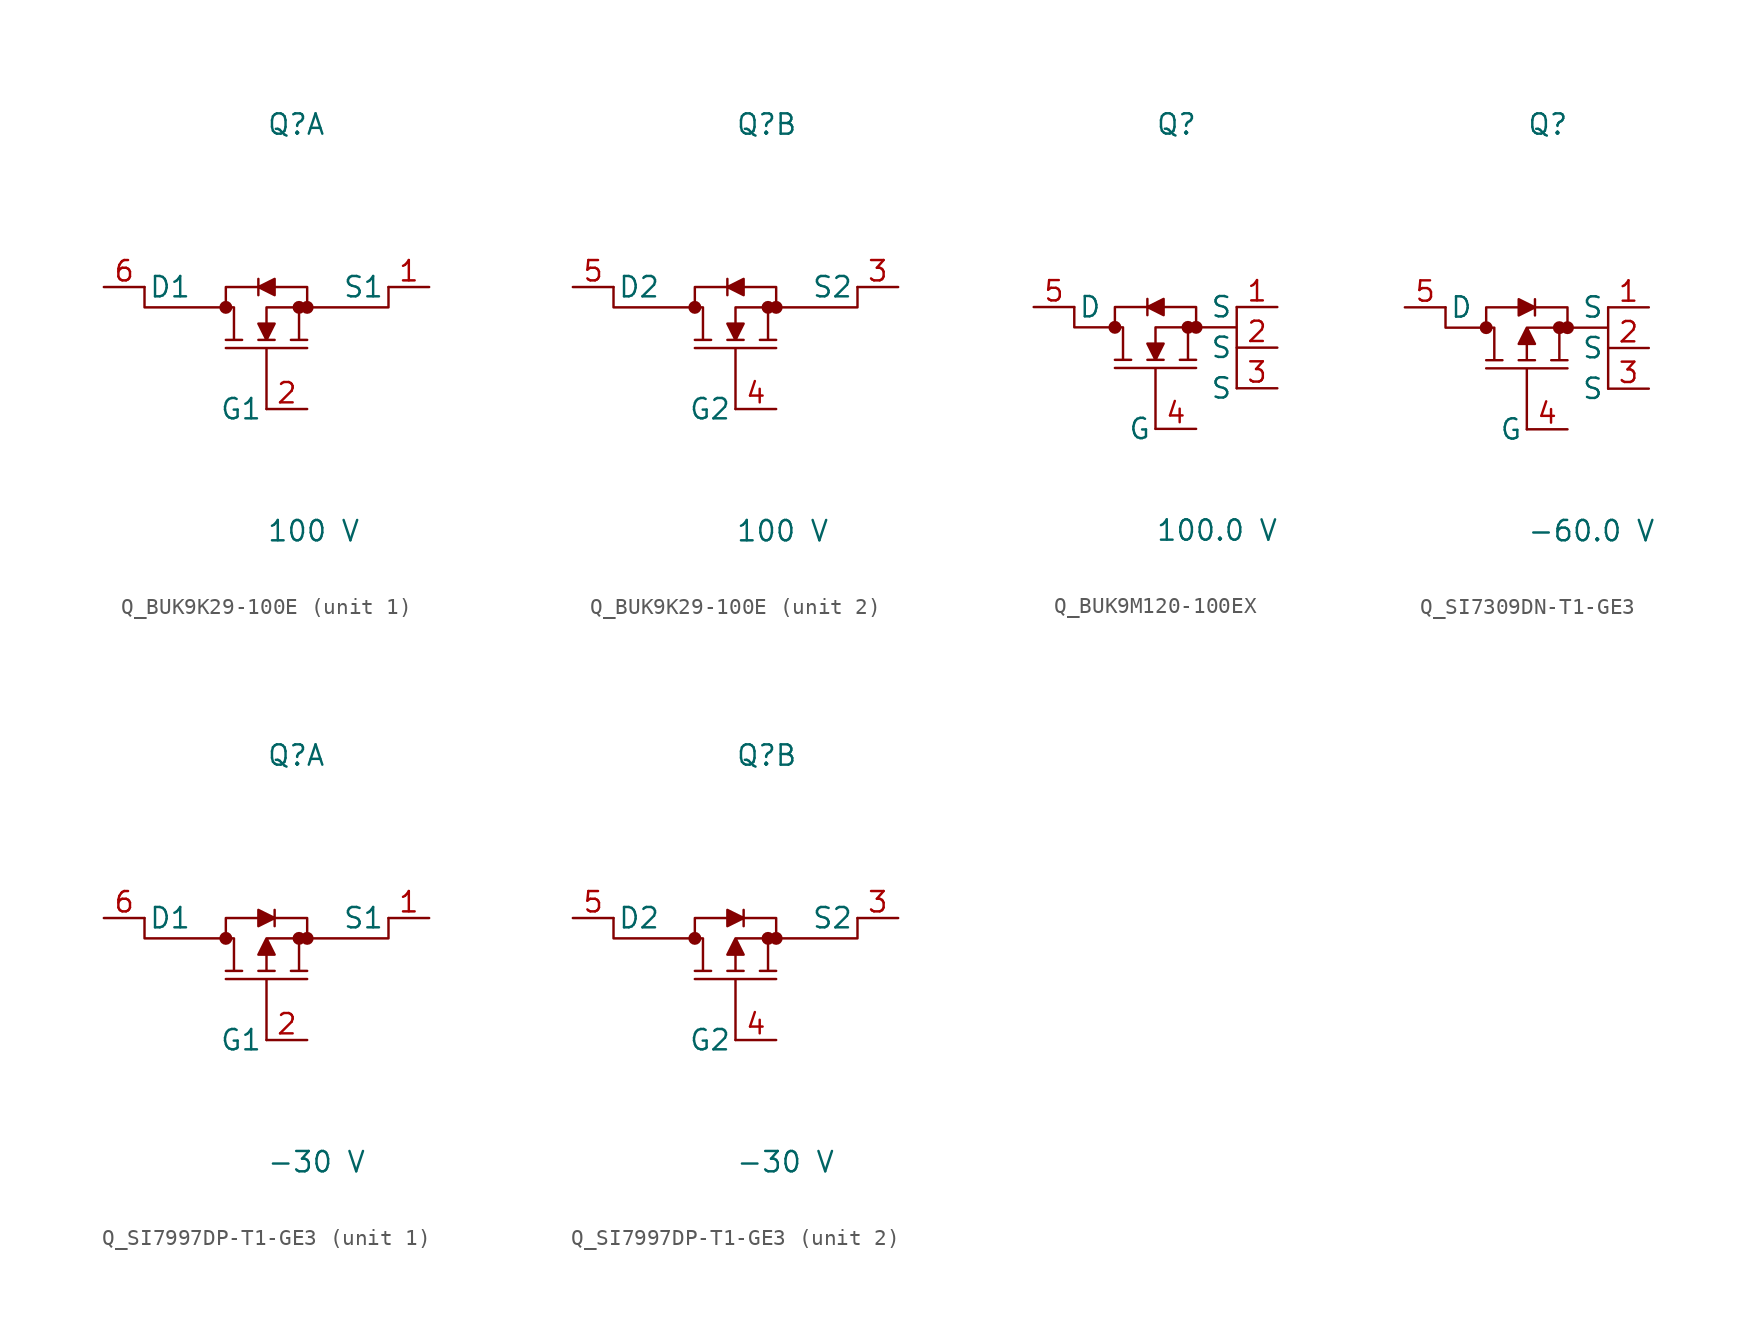
<source format=kicad_sym>
(kicad_symbol_lib
  (version 20231120)
  (generator kicad_symbol_editor)
  (generator_version 8.0)
  (symbol "Q_BUK9K29-100E"
    (pin_names
      (offset 0.254))
    (property "Reference" "Q"
      (at 0.0 12.7 0)
      (effects (font (size 1.27 1.27)) (justify left)))
    (property "Value" "100 V"
      (at 0.0 -12.7 0)
      (effects (font (size 1.27 1.27)) (justify left)))
    (symbol "Q_BUK9K29-100E_1_0"
      (circle (center -2.54 1.27) (radius 0.025) (stroke (width 0.381) (type default)) (fill (type none)))
      (polyline (pts (xy 0 -5.08) (xy 0 -1.27) (xy -2.54 -1.27) (xy 2.54 -1.27) (xy 0 -1.27) (xy 0 -5.08)) (stroke (width 0) (type default)) (fill (type none)))
      (polyline (pts (xy 7.62 2.54) (xy 7.62 1.27) (xy 2.54 1.27) (xy 2.54 2.54) (xy 0.508 2.54) (xy 0.508 3.048) (xy -0.508 2.54) (xy -0.508 3.048) (xy -0.508 2.54) (xy -2.54 2.54) (xy -2.54 1.27) (xy -7.62 1.27) (xy -7.62 2.54) (xy -7.62 1.27) (xy -2.032 1.27) (xy -2.032 -0.762) (xy -2.54 -0.762) (xy -1.524 -0.762) (xy -2.032 -0.762) (xy -2.032 1.27) (xy -2.54 1.27) (xy -2.54 2.54) (xy -0.508 2.54) (xy -0.508 2.032) (xy -0.508 2.54) (xy 0.508 2.032) (xy 0.508 2.54) (xy 2.54 2.54) (xy 2.54 1.27) (xy 0 1.27) (xy 0 0.254) (xy -0.508 0.254) (xy 0 -0.762) (xy -0.508 -0.762) (xy 0.508 -0.762) (xy 0 -0.762) (xy 0.508 0.254) (xy 0 0.254) (xy 0 1.27) (xy 2.032 1.27) (xy 2.032 -0.762) (xy 1.524 -0.762) (xy 2.54 -0.762) (xy 2.032 -0.762) (xy 2.032 1.27) (xy 7.62 1.27) (xy 7.62 2.54)) (stroke (width 0) (type default)) (fill (type outline)))
      (circle (center 2.032 1.27) (radius 0.025) (stroke (width 0.381) (type default)) (fill (type none)))
      (circle (center 2.54 1.27) (radius 0.025) (stroke (width 0.381) (type default)) (fill (type none)))
      (pin unspecified line (at 10.16 2.54 180) (length 2.54) (name "S1" (effects (font (size 1.27 1.27)))) (number "1" (effects (font (size 1.27 1.27)))))
      (pin unspecified line (at 2.54 -5.08 180) (length 2.54) (name "G1" (effects (font (size 1.27 1.27)))) (number "2" (effects (font (size 1.27 1.27)))))
      (pin unspecified line (at -10.16 2.54 0) (length 2.54) (name "D1" (effects (font (size 1.27 1.27)))) (number "6" (effects (font (size 1.27 1.27))))))
    (symbol "Q_BUK9K29-100E_2_0"
      (circle (center -2.54 1.27) (radius 0.025) (stroke (width 0.381) (type default)) (fill (type none)))
      (polyline (pts (xy 0 -5.08) (xy 0 -1.27) (xy -2.54 -1.27) (xy 2.54 -1.27) (xy 0 -1.27) (xy 0 -5.08)) (stroke (width 0) (type default)) (fill (type none)))
      (polyline (pts (xy 7.62 2.54) (xy 7.62 1.27) (xy 2.54 1.27) (xy 2.54 2.54) (xy 0.508 2.54) (xy 0.508 3.048) (xy -0.508 2.54) (xy -0.508 3.048) (xy -0.508 2.54) (xy -2.54 2.54) (xy -2.54 1.27) (xy -7.62 1.27) (xy -7.62 2.54) (xy -7.62 1.27) (xy -2.032 1.27) (xy -2.032 -0.762) (xy -2.54 -0.762) (xy -1.524 -0.762) (xy -2.032 -0.762) (xy -2.032 1.27) (xy -2.54 1.27) (xy -2.54 2.54) (xy -0.508 2.54) (xy -0.508 2.032) (xy -0.508 2.54) (xy 0.508 2.032) (xy 0.508 2.54) (xy 2.54 2.54) (xy 2.54 1.27) (xy 0 1.27) (xy 0 0.254) (xy -0.508 0.254) (xy 0 -0.762) (xy -0.508 -0.762) (xy 0.508 -0.762) (xy 0 -0.762) (xy 0.508 0.254) (xy 0 0.254) (xy 0 1.27) (xy 2.032 1.27) (xy 2.032 -0.762) (xy 1.524 -0.762) (xy 2.54 -0.762) (xy 2.032 -0.762) (xy 2.032 1.27) (xy 7.62 1.27) (xy 7.62 2.54)) (stroke (width 0) (type default)) (fill (type outline)))
      (circle (center 2.032 1.27) (radius 0.025) (stroke (width 0.381) (type default)) (fill (type none)))
      (circle (center 2.54 1.27) (radius 0.025) (stroke (width 0.381) (type default)) (fill (type none)))
      (pin unspecified line (at 10.16 2.54 180) (length 2.54) (name "S2" (effects (font (size 1.27 1.27)))) (number "3" (effects (font (size 1.27 1.27)))))
      (pin unspecified line (at 2.54 -5.08 180) (length 2.54) (name "G2" (effects (font (size 1.27 1.27)))) (number "4" (effects (font (size 1.27 1.27)))))
      (pin unspecified line (at -10.16 2.54 0) (length 2.54) (name "D2" (effects (font (size 1.27 1.27)))) (number "5" (effects (font (size 1.27 1.27)))))))
  (symbol "Q_BUK9M120-100EX"
    (pin_names
      (offset 0.254))
    (property "Reference" "Q"
      (at 0.0 12.7 0)
      (effects (font (size 1.27 1.27)) (justify left)))
    (property "Value" "100.0 V"
      (at 0.0 -12.7 0)
      (effects (font (size 1.27 1.27)) (justify left)))
    (symbol "Q_BUK9M120-100EX_1_0"
      (polyline (pts (xy 0 -6.35) (xy 0 -2.54) (xy -2.54 -2.54) (xy 2.54 -2.54) (xy 0 -2.54) (xy 0 -6.35)) (stroke (width 0) (type default)) (fill (type none)))
      (polyline (pts (xy 5.08 1.27) (xy 5.08 0.0) (xy 2.54 0.0) (xy 2.54 1.27) (xy 0.508 1.27) (xy 0.508 1.778) (xy -0.508 1.27) (xy -0.508 1.778) (xy -0.508 1.27) (xy -2.54 1.27) (xy -2.54 0.0) (xy -5.08 0.0) (xy -5.08 1.27) (xy -5.08 0.0) (xy -2.032 0.0) (xy -2.032 -2.032) (xy -2.54 -2.032) (xy -1.524 -2.032) (xy -2.032 -2.032) (xy -2.032 0.0) (xy -2.54 0.0) (xy -2.54 1.27) (xy -0.508 1.27) (xy -0.508 0.762) (xy -0.508 1.27) (xy 0.508 0.762) (xy 0.508 1.27) (xy 2.54 1.27) (xy 2.54 0.0) (xy 0 0.0) (xy 0 -1.016) (xy -0.508 -1.016) (xy 0 -2.032) (xy -0.508 -2.032) (xy 0.508 -2.032) (xy 0 -2.032) (xy 0.508 -1.016) (xy 0 -1.016) (xy 0 0.0) (xy 2.032 0.0) (xy 2.032 -2.032) (xy 1.524 -2.032) (xy 2.54 -2.032) (xy 2.032 -2.032) (xy 2.032 0.0) (xy 5.08 0.0) (xy 5.08 -3.81)) (stroke (width 0) (type default)) (fill (type outline)))
      (circle (center -2.54 0.0) (radius 0.025) (stroke (width 0.381) (type default)) (fill (type none)))
      (circle (center 2.032 0.0) (radius 0.025) (stroke (width 0.381) (type default)) (fill (type none)))
      (circle (center 2.54 0.0) (radius 0.025) (stroke (width 0.381) (type default)) (fill (type none)))
      (pin unspecified line (at -7.62 1.27 0) (length 2.54) (name "D" (effects (font (size 1.27 1.27)))) (number "5" (effects (font (size 1.27 1.27)))))
      (pin unspecified line (at 7.62 1.27 180) (length 2.54) (name "S" (effects (font (size 1.27 1.27)))) (number "1" (effects (font (size 1.27 1.27)))))
      (pin unspecified line (at 7.62 -1.27 180) (length 2.54) (name "S" (effects (font (size 1.27 1.27)))) (number "2" (effects (font (size 1.27 1.27)))))
      (pin unspecified line (at 7.62 -3.81 180) (length 2.54) (name "S" (effects (font (size 1.27 1.27)))) (number "3" (effects (font (size 1.27 1.27)))))
      (pin unspecified line (at 2.54 -6.35 180) (length 2.54) (name "G" (effects (font (size 1.27 1.27)))) (number "4" (effects (font (size 1.27 1.27)))))))
  (symbol "Q_SI7309DN-T1-GE3"
    (pin_names
      (offset 0.254))
    (property "Reference" "Q"
      (at 0.0 12.7 0)
      (effects (font (size 1.27 1.27)) (justify left)))
    (property "Value" "-60.0 V"
      (at 0.0 -12.7 0)
      (effects (font (size 1.27 1.27)) (justify left)))
    (symbol "Q_SI7309DN-T1-GE3_1_0"
      (polyline (pts (xy 0 -6.35) (xy 0 -2.54) (xy -2.54 -2.54) (xy 2.54 -2.54) (xy 0 -2.54) (xy 0 -6.35)) (stroke (width 0) (type default)) (fill (type outline)))
      (polyline (pts (xy -5.08 1.27) (xy -5.08 0.0) (xy -2.54 0.0) (xy -2.032 0.0) (xy -2.032 -2.032) (xy -2.54 -2.032) (xy -1.524 -2.032) (xy -2.032 -2.032) (xy -2.032 0.0) (xy -2.54 0.0) (xy -2.54 1.27) (xy -0.508 1.27) (xy -0.508 0.762) (xy 0.508 1.27) (xy 0.508 0.762) (xy 0.508 1.27) (xy 2.54 1.27) (xy 2.54 0.0) (xy 0 0.0) (xy -0.508 -1.016) (xy 0 -1.016) (xy 0 -2.032) (xy -0.508 -2.032) (xy 0.508 -2.032) (xy 0 -2.032) (xy 0 -1.016) (xy 0.508 -1.016) (xy 0 0.0) (xy 2.032 0.0) (xy 2.032 -2.032) (xy 1.524 -2.032) (xy 2.54 -2.032) (xy 2.032 -2.032) (xy 2.032 0.0) (xy 2.54 0.0) (xy 5.08 0.0) (xy 5.08 -3.81) (xy 5.08 1.27) (xy 5.08 0.0) (xy 2.54 0.0) (xy 2.54 1.27) (xy 0.508 1.27) (xy 0.508 1.778) (xy 0.508 1.27) (xy -0.508 1.778) (xy -0.508 1.27) (xy -2.54 1.27) (xy -2.54 0.0) (xy -5.08 0.0) (xy -5.08 1.27)) (stroke (width 0) (type default)) (fill (type outline)))
      (circle (center -2.54 0.0) (radius 0.025) (stroke (width 0.381) (type default)) (fill (type none)))
      (circle (center 2.032 0.0) (radius 0.025) (stroke (width 0.381) (type default)) (fill (type none)))
      (circle (center 2.54 0.0) (radius 0.025) (stroke (width 0.381) (type default)) (fill (type none)))
      (pin unspecified line (at -7.62 1.27 0) (length 2.54) (name "D" (effects (font (size 1.27 1.27)))) (number "5" (effects (font (size 1.27 1.27)))))
      (pin unspecified line (at 7.62 1.27 180) (length 2.54) (name "S" (effects (font (size 1.27 1.27)))) (number "1" (effects (font (size 1.27 1.27)))))
      (pin unspecified line (at 7.62 -1.27 180) (length 2.54) (name "S" (effects (font (size 1.27 1.27)))) (number "2" (effects (font (size 1.27 1.27)))))
      (pin unspecified line (at 7.62 -3.81 180) (length 2.54) (name "S" (effects (font (size 1.27 1.27)))) (number "3" (effects (font (size 1.27 1.27)))))
      (pin unspecified line (at 2.54 -6.35 180) (length 2.54) (name "G" (effects (font (size 1.27 1.27)))) (number "4" (effects (font (size 1.27 1.27)))))))
  (symbol "Q_SI7997DP-T1-GE3"
    (pin_names
      (offset 0.254))
    (property "Reference" "Q"
      (at 0.0 12.7 0)
      (effects (font (size 1.27 1.27)) (justify left)))
    (property "Value" "-30 V"
      (at 0.0 -12.7 0)
      (effects (font (size 1.27 1.27)) (justify left)))
    (symbol "Q_SI7997DP-T1-GE3_1_0"
      (circle (center -2.54 1.27) (radius 0.025) (stroke (width 0.381) (type default)) (fill (type none)))
      (polyline (pts (xy 0 -5.08) (xy 0 -1.27) (xy -2.54 -1.27) (xy 2.54 -1.27) (xy 0 -1.27) (xy 0 -5.08)) (stroke (width 0) (type default)) (fill (type outline)))
      (polyline (pts (xy -7.62 2.54) (xy -7.62 1.27) (xy -2.54 1.27) (xy -2.032 1.27) (xy -2.032 -0.762) (xy -2.54 -0.762) (xy -1.524 -0.762) (xy -2.032 -0.762) (xy -2.032 1.27) (xy -2.54 1.27) (xy -2.54 2.54) (xy -0.508 2.54) (xy -0.508 2.032) (xy 0.508 2.54) (xy 0.508 2.032) (xy 0.508 2.54) (xy 2.54 2.54) (xy 2.54 1.27) (xy 0 1.27) (xy -0.508 0.254) (xy 0 0.254) (xy 0 -0.762) (xy -0.508 -0.762) (xy 0.508 -0.762) (xy 0 -0.762) (xy 0 0.254) (xy 0.508 0.254) (xy 0 1.27) (xy 2.032 1.27) (xy 2.032 -0.762) (xy 1.524 -0.762) (xy 2.54 -0.762) (xy 2.032 -0.762) (xy 2.032 1.27) (xy 2.54 1.27) (xy 7.62 1.27) (xy 7.62 2.54) (xy 7.62 2.54) (xy 7.62 1.27) (xy 2.54 1.27) (xy 2.54 2.54) (xy 0.508 2.54) (xy 0.508 3.048) (xy 0.508 2.54) (xy -0.508 3.048) (xy -0.508 2.54) (xy -2.54 2.54) (xy -2.54 1.27) (xy -7.62 1.27) (xy -7.62 2.54)) (stroke (width 0) (type default)) (fill (type outline)))
      (circle (center 2.032 1.27) (radius 0.025) (stroke (width 0.381) (type default)) (fill (type none)))
      (circle (center 2.54 1.27) (radius 0.025) (stroke (width 0.381) (type default)) (fill (type none)))
      (pin unspecified line (at 10.16 2.54 180) (length 2.54) (name "S1" (effects (font (size 1.27 1.27)))) (number "1" (effects (font (size 1.27 1.27)))))
      (pin unspecified line (at 2.54 -5.08 180) (length 2.54) (name "G1" (effects (font (size 1.27 1.27)))) (number "2" (effects (font (size 1.27 1.27)))))
      (pin unspecified line (at -10.16 2.54 0) (length 2.54) (name "D1" (effects (font (size 1.27 1.27)))) (number "6" (effects (font (size 1.27 1.27))))))
    (symbol "Q_SI7997DP-T1-GE3_2_0"
      (circle (center -2.54 1.27) (radius 0.025) (stroke (width 0.381) (type default)) (fill (type none)))
      (polyline (pts (xy 0 -5.08) (xy 0 -1.27) (xy -2.54 -1.27) (xy 2.54 -1.27) (xy 0 -1.27) (xy 0 -5.08)) (stroke (width 0) (type default)) (fill (type outline)))
      (polyline (pts (xy -7.62 2.54) (xy -7.62 1.27) (xy -2.54 1.27) (xy -2.032 1.27) (xy -2.032 -0.762) (xy -2.54 -0.762) (xy -1.524 -0.762) (xy -2.032 -0.762) (xy -2.032 1.27) (xy -2.54 1.27) (xy -2.54 2.54) (xy -0.508 2.54) (xy -0.508 2.032) (xy 0.508 2.54) (xy 0.508 2.032) (xy 0.508 2.54) (xy 2.54 2.54) (xy 2.54 1.27) (xy 0 1.27) (xy -0.508 0.254) (xy 0 0.254) (xy 0 -0.762) (xy -0.508 -0.762) (xy 0.508 -0.762) (xy 0 -0.762) (xy 0 0.254) (xy 0.508 0.254) (xy 0 1.27) (xy 2.032 1.27) (xy 2.032 -0.762) (xy 1.524 -0.762) (xy 2.54 -0.762) (xy 2.032 -0.762) (xy 2.032 1.27) (xy 2.54 1.27) (xy 7.62 1.27) (xy 7.62 2.54) (xy 7.62 2.54) (xy 7.62 1.27) (xy 2.54 1.27) (xy 2.54 2.54) (xy 0.508 2.54) (xy 0.508 3.048) (xy 0.508 2.54) (xy -0.508 3.048) (xy -0.508 2.54) (xy -2.54 2.54) (xy -2.54 1.27) (xy -7.62 1.27) (xy -7.62 2.54)) (stroke (width 0) (type default)) (fill (type outline)))
      (circle (center 2.032 1.27) (radius 0.025) (stroke (width 0.381) (type default)) (fill (type none)))
      (circle (center 2.54 1.27) (radius 0.025) (stroke (width 0.381) (type default)) (fill (type none)))
      (pin unspecified line (at 10.16 2.54 180) (length 2.54) (name "S2" (effects (font (size 1.27 1.27)))) (number "3" (effects (font (size 1.27 1.27)))))
      (pin unspecified line (at 2.54 -5.08 180) (length 2.54) (name "G2" (effects (font (size 1.27 1.27)))) (number "4" (effects (font (size 1.27 1.27)))))
      (pin unspecified line (at -10.16 2.54 0) (length 2.54) (name "D2" (effects (font (size 1.27 1.27)))) (number "5" (effects (font (size 1.27 1.27))))))))
</source>
